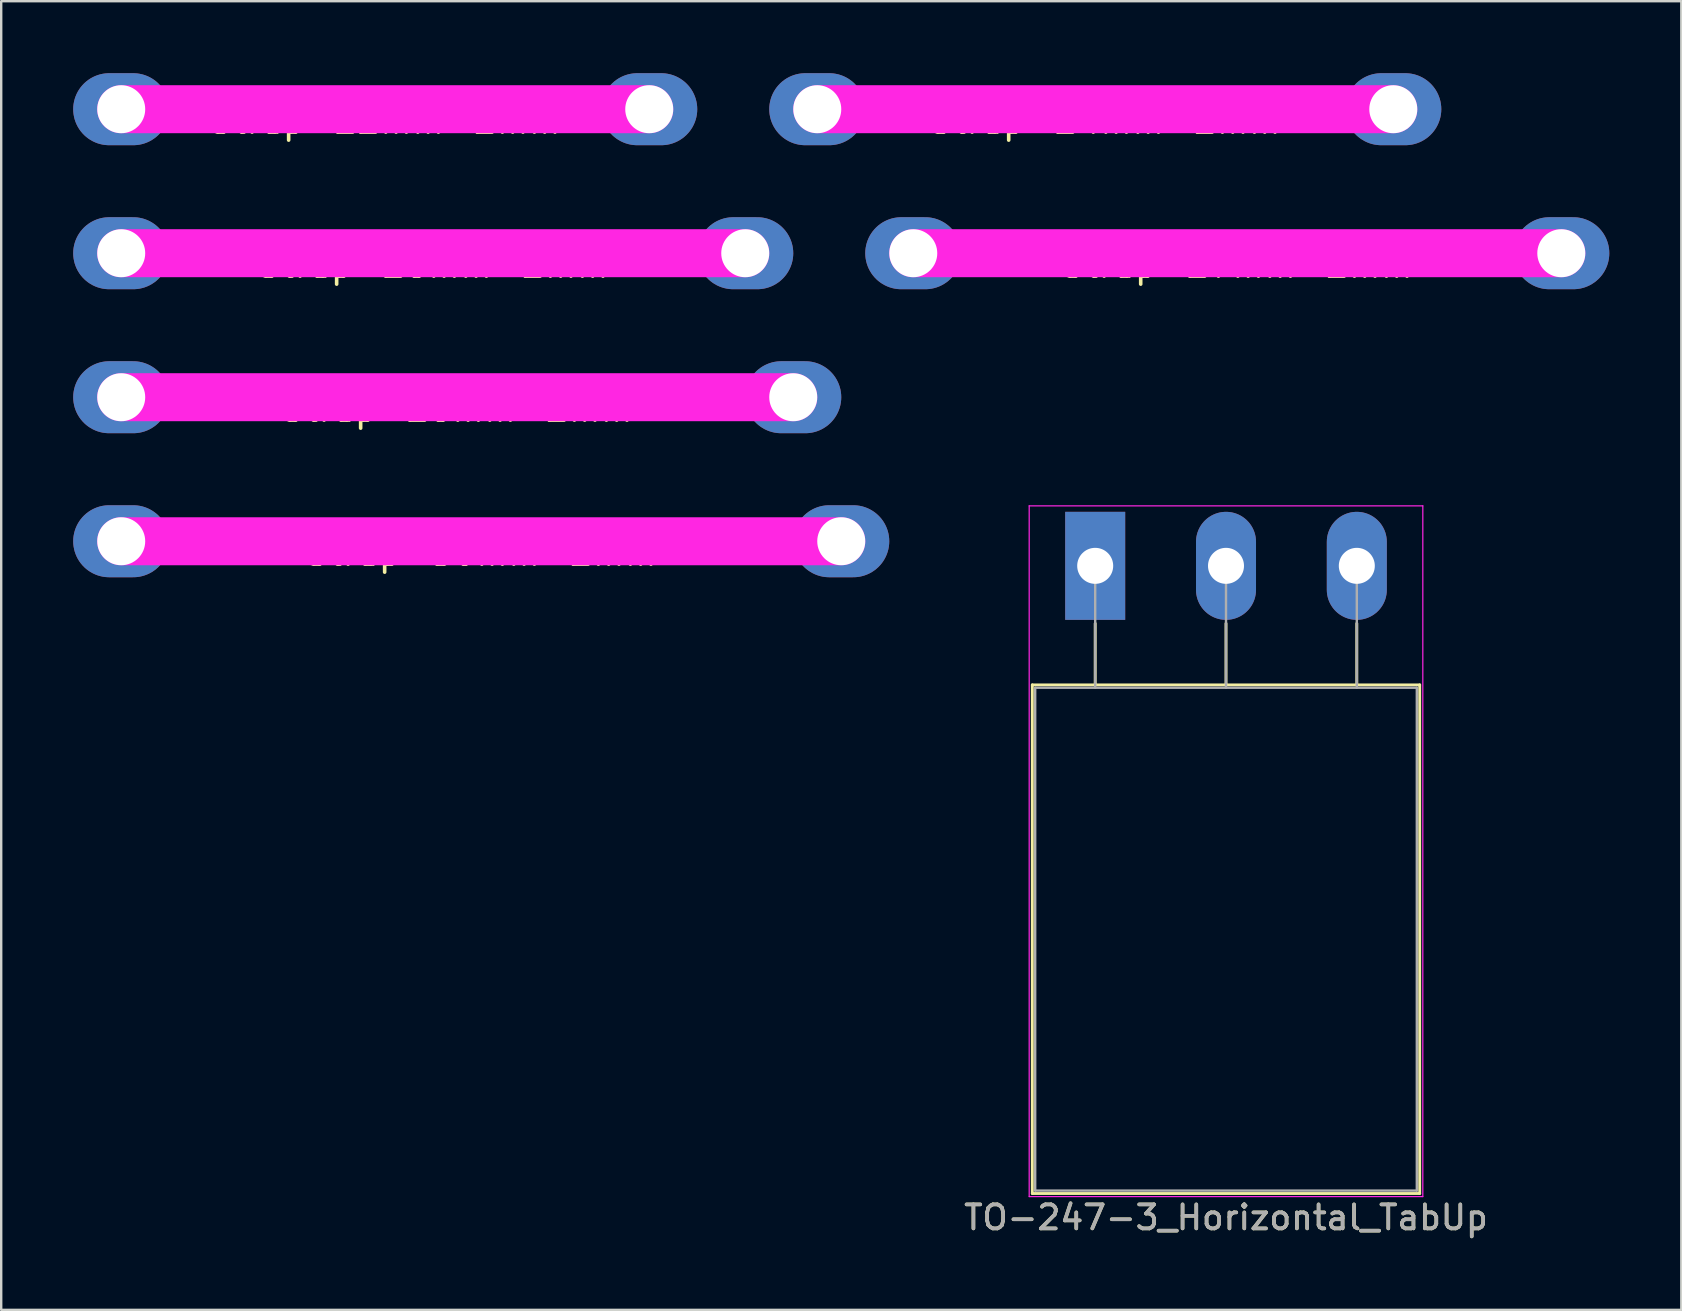
<source format=kicad_pcb>
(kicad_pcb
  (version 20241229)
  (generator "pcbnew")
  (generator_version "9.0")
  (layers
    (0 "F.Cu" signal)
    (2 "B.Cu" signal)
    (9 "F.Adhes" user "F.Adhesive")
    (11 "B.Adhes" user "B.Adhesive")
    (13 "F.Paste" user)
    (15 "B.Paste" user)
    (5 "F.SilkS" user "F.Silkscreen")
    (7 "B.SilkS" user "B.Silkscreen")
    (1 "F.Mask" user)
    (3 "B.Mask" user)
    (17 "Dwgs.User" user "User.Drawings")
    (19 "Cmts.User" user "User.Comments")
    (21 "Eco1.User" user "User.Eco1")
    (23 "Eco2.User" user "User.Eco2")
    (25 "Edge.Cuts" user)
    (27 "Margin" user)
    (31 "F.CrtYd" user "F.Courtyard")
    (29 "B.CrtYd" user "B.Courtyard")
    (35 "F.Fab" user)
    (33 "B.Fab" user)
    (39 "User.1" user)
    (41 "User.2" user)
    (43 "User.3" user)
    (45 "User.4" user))
  (footprint "Strap-24mm-2mm"
    (layer "F.Cu")
    (at 43 1.5)
    (property "Reference" "Strap-24mm-2mm" (at 0 0.5 0) (layer "F.SilkS") (effects (font (size 1 1) (thickness 0.15))))
    (attr through_hole)
    (fp_line (start -12 0) (end 12 0) (stroke (width 2) (type solid)) (layer "F.CrtYd"))
    (pad "1" thru_hole oval (at -12 0) (size 4 3) (drill 2) (layers "*.Cu" "*.Mask"))
    (pad "2" thru_hole oval (at 12 0) (size 4 3) (drill 2) (layers "*.Cu" "*.Mask")))
  (footprint "Strap-26mm-2mm"
    (layer "F.Cu")
    (at 15 7.5)
    (property "Reference" "Strap-26mm-2mm" (at 0 0.5 0) (layer "F.SilkS") (effects (font (size 1 1) (thickness 0.15))))
    (attr through_hole)
    (fp_line (start -13 0) (end 13 0) (stroke (width 2) (type solid)) (layer "F.CrtYd"))
    (pad "1" thru_hole oval (at -13 0) (size 4 3) (drill 2) (layers "*.Cu" "*.Mask"))
    (pad "2" thru_hole oval (at 13 0) (size 4 3) (drill 2) (layers "*.Cu" "*.Mask")))
  (footprint "Strap-30mm-2mm"
    (layer "F.Cu")
    (at 17 19.5)
    (property "Reference" "Strap-30mm-2mm" (at 0 0.5 0) (layer "F.SilkS") (effects (font (size 1 1) (thickness 0.15))))
    (attr through_hole)
    (fp_line (start -15 0) (end 15 0) (stroke (width 2) (type solid)) (layer "F.CrtYd"))
    (pad "1" thru_hole oval (at -15 0) (size 4 3) (drill 2) (layers "*.Cu" "*.Mask"))
    (pad "2" thru_hole oval (at 15 0) (size 4 3) (drill 2) (layers "*.Cu" "*.Mask")))
  (footprint "Strap-28mm-2mm"
    (layer "F.Cu")
    (at 16 13.5)
    (property "Reference" "Strap-28mm-2mm" (at 0 0.5 0) (layer "F.SilkS") (effects (font (size 1 1) (thickness 0.15))))
    (attr through_hole)
    (fp_line (start -14 0) (end 14 0) (stroke (width 2) (type solid)) (layer "F.CrtYd"))
    (pad "1" thru_hole oval (at -14 0) (size 4 3) (drill 2) (layers "*.Cu" "*.Mask"))
    (pad "2" thru_hole oval (at 14 0) (size 4 3) (drill 2) (layers "*.Cu" "*.Mask")))
  (footprint "Strap-22mm-2mm"
    (layer "F.Cu")
    (at 13 1.5)
    (property "Reference" "Strap-22mm-2mm" (at 0 0.5 0) (layer "F.SilkS") (effects (font (size 1 1) (thickness 0.15))))
    (attr through_hole)
    (fp_line (start -11 0) (end 11 0) (stroke (width 2) (type solid)) (layer "F.CrtYd"))
    (pad "1" thru_hole oval (at -11 0) (size 4 3) (drill 2) (layers "*.Cu" "*.Mask"))
    (pad "2" thru_hole oval (at 11 0) (size 4 3) (drill 2) (layers "*.Cu" "*.Mask")))
  (footprint "Strap-27mm-2mm"
    (layer "F.Cu")
    (at 48.5 7.5)
    (property "Reference" "Strap-27mm-2mm" (at 0 0.5 0) (layer "F.SilkS") (effects (font (size 1 1) (thickness 0.15))))
    (attr through_hole)
    (fp_line (start -13.5 0) (end 13.5 0) (stroke (width 2) (type solid)) (layer "F.CrtYd"))
    (pad "1" thru_hole oval (at -13.5 0) (size 4 3) (drill 2) (layers "*.Cu" "*.Mask"))
    (pad "2" thru_hole oval (at 13.5 0) (size 4 3) (drill 2) (layers "*.Cu" "*.Mask")))
  (footprint "TO-247-3_Horizontal_TabUp"
    (layer "F.Cu")
    (at 42.58 20.525)
    (property "Reference" "TO-247-3_Horizontal_TabUp" (at 5.45 27.15 0) (layer "F.SilkS") (effects (font (size 1 1) (thickness 0.15))))
    (attr through_hole)
    (fp_line (start -2.62 4.96) (end -2.62 26.15) (stroke (width 0.12) (type solid)) (layer "F.SilkS"))
    (fp_line (start -2.62 4.96) (end 13.52 4.96) (stroke (width 0.12) (type solid)) (layer "F.SilkS"))
    (fp_line (start -2.62 26.15) (end 13.52 26.15) (stroke (width 0.12) (type solid)) (layer "F.SilkS"))
    (fp_line (start 0 2.4) (end 0 4.96) (stroke (width 0.12) (type solid)) (layer "F.SilkS"))
    (fp_line (start 5.45 2.4) (end 5.45 4.96) (stroke (width 0.12) (type solid)) (layer "F.SilkS"))
    (fp_line (start 10.9 2.4) (end 10.9 4.96) (stroke (width 0.12) (type solid)) (layer "F.SilkS"))
    (fp_line (start 13.52 4.96) (end 13.52 26.15) (stroke (width 0.12) (type solid)) (layer "F.SilkS"))
    (fp_line (start -2.75 -2.5) (end -2.75 26.28) (stroke (width 0.05) (type solid)) (layer "F.CrtYd"))
    (fp_line (start -2.75 26.28) (end 13.65 26.28) (stroke (width 0.05) (type solid)) (layer "F.CrtYd"))
    (fp_line (start 13.65 -2.5) (end -2.75 -2.5) (stroke (width 0.05) (type solid)) (layer "F.CrtYd"))
    (fp_line (start 13.65 26.28) (end 13.65 -2.5) (stroke (width 0.05) (type solid)) (layer "F.CrtYd"))
    (fp_line (start -2.5 5.08) (end -2.5 26.03) (stroke (width 0.1) (type solid)) (layer "F.Fab"))
    (fp_line (start -2.5 26.03) (end 13.4 26.03) (stroke (width 0.1) (type solid)) (layer "F.Fab"))
    (fp_line (start 0 5.08) (end 0 0) (stroke (width 0.1) (type solid)) (layer "F.Fab"))
    (fp_line (start 5.45 5.08) (end 5.45 0) (stroke (width 0.1) (type solid)) (layer "F.Fab"))
    (fp_line (start 10.9 5.08) (end 10.9 0) (stroke (width 0.1) (type solid)) (layer "F.Fab"))
    (fp_line (start 13.4 5.08) (end -2.5 5.08) (stroke (width 0.1) (type solid)) (layer "F.Fab"))
    (fp_line (start 13.4 26.03) (end 13.4 5.08) (stroke (width 0.1) (type solid)) (layer "F.Fab"))
    (fp_text user "${REFERENCE}" (at 5.45 27.15 0) (layer "F.Fab") (effects (font (size 1 1) (thickness 0.15))))
    (pad "1" thru_hole rect (at 0 0) (size 2.5 4.5) (drill 1.5) (layers "*.Cu" "*.Mask"))
    (pad "2" thru_hole oval (at 5.45 0) (size 2.5 4.5) (drill 1.5) (layers "*.Cu" "*.Mask"))
    (pad "3" thru_hole oval (at 10.9 0) (size 2.5 4.5) (drill 1.5) (layers "*.Cu" "*.Mask")))
  (gr_rect
    (start -3 -3)
    (end 67 51.523)
    (stroke (width 0.1) (type default))
    (fill no)
    (layer "Edge.Cuts")))
</source>
